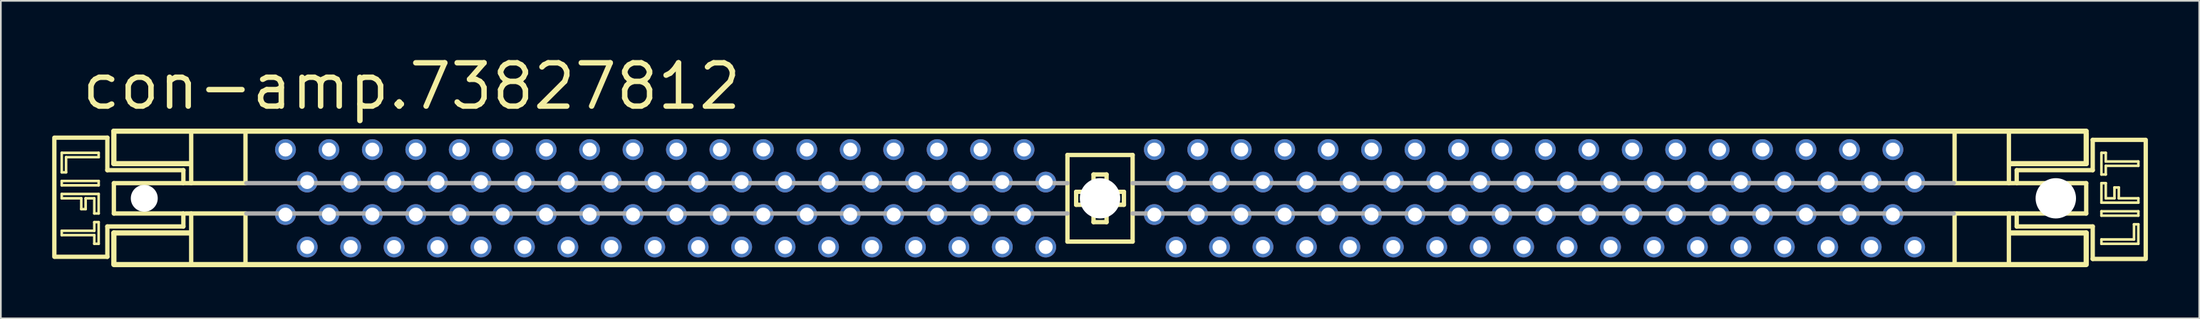
<source format=kicad_pcb>
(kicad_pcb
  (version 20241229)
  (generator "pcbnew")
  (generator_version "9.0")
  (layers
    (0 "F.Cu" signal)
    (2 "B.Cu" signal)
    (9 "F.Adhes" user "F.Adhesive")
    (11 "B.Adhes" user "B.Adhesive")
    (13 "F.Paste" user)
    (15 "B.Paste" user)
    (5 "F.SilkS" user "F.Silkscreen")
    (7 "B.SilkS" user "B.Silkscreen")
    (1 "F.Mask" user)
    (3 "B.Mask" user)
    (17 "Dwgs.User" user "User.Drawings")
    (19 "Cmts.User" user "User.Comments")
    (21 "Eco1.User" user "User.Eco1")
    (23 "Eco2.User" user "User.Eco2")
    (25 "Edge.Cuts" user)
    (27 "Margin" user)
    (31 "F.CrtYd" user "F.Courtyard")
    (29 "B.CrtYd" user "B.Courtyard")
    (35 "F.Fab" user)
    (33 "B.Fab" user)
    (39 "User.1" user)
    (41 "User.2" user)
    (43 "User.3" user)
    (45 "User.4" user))
  (footprint "con-amp.73827812"
    (layer "F.Cu")
    (at 61.265 8.58)
    (property "Reference" "con-amp.73827812" (at -59.69 -5.08 0) (layer "F.SilkS") (effects (font (size 2.54 2.54) (thickness 0.32)) (justify left bottom)))
    (attr through_hole)
    (fp_line (start -61.138 -3.556) (end -61.138 3.429) (stroke (width 0.254) (type default)) (layer "F.SilkS"))
    (fp_line (start -61.087 -3.556) (end -58.039 -3.556) (stroke (width 0.254) (type default)) (layer "F.SilkS"))
    (fp_line (start -60.706 -2.667) (end -60.706 -1.524) (stroke (width 0.152) (type default)) (layer "F.SilkS"))
    (fp_line (start -60.706 -1.524) (end -60.452 -1.524) (stroke (width 0.152) (type default)) (layer "F.SilkS"))
    (fp_line (start -60.706 -1.016) (end -60.706 -0.762) (stroke (width 0.152) (type default)) (layer "F.SilkS"))
    (fp_line (start -60.706 -0.762) (end -58.547 -0.762) (stroke (width 0.152) (type default)) (layer "F.SilkS"))
    (fp_line (start -60.706 -0.254) (end -58.547 -0.254) (stroke (width 0.152) (type default)) (layer "F.SilkS"))
    (fp_line (start -60.706 0) (end -60.706 -0.254) (stroke (width 0.152) (type default)) (layer "F.SilkS"))
    (fp_line (start -60.706 1.905) (end -58.801 1.905) (stroke (width 0.152) (type default)) (layer "F.SilkS"))
    (fp_line (start -60.706 2.159) (end -60.706 1.905) (stroke (width 0.152) (type default)) (layer "F.SilkS"))
    (fp_line (start -60.452 -2.413) (end -58.547 -2.413) (stroke (width 0.152) (type default)) (layer "F.SilkS"))
    (fp_line (start -60.452 -1.524) (end -60.452 -2.413) (stroke (width 0.152) (type default)) (layer "F.SilkS"))
    (fp_line (start -59.563 0) (end -60.706 0) (stroke (width 0.152) (type default)) (layer "F.SilkS"))
    (fp_line (start -59.563 0.635) (end -59.563 0) (stroke (width 0.152) (type default)) (layer "F.SilkS"))
    (fp_line (start -59.309 0) (end -59.309 0.635) (stroke (width 0.152) (type default)) (layer "F.SilkS"))
    (fp_line (start -59.309 0.635) (end -59.563 0.635) (stroke (width 0.152) (type default)) (layer "F.SilkS"))
    (fp_line (start -58.801 0) (end -59.309 0) (stroke (width 0.152) (type default)) (layer "F.SilkS"))
    (fp_line (start -58.801 0.889) (end -58.801 0) (stroke (width 0.152) (type default)) (layer "F.SilkS"))
    (fp_line (start -58.801 1.397) (end -58.547 1.397) (stroke (width 0.152) (type default)) (layer "F.SilkS"))
    (fp_line (start -58.801 1.905) (end -58.801 1.397) (stroke (width 0.152) (type default)) (layer "F.SilkS"))
    (fp_line (start -58.801 2.159) (end -60.706 2.159) (stroke (width 0.152) (type default)) (layer "F.SilkS"))
    (fp_line (start -58.801 2.667) (end -58.801 2.159) (stroke (width 0.152) (type default)) (layer "F.SilkS"))
    (fp_line (start -58.547 -2.667) (end -60.706 -2.667) (stroke (width 0.152) (type default)) (layer "F.SilkS"))
    (fp_line (start -58.547 -2.413) (end -58.547 -2.667) (stroke (width 0.152) (type default)) (layer "F.SilkS"))
    (fp_line (start -58.547 -1.016) (end -60.706 -1.016) (stroke (width 0.152) (type default)) (layer "F.SilkS"))
    (fp_line (start -58.547 -0.762) (end -58.547 -1.016) (stroke (width 0.152) (type default)) (layer "F.SilkS"))
    (fp_line (start -58.547 -0.254) (end -58.547 0.889) (stroke (width 0.152) (type default)) (layer "F.SilkS"))
    (fp_line (start -58.547 0.889) (end -58.801 0.889) (stroke (width 0.152) (type default)) (layer "F.SilkS"))
    (fp_line (start -58.547 1.397) (end -58.547 2.667) (stroke (width 0.152) (type default)) (layer "F.SilkS"))
    (fp_line (start -58.547 2.667) (end -58.801 2.667) (stroke (width 0.152) (type default)) (layer "F.SilkS"))
    (fp_line (start -58.039 -3.556) (end -58.039 -1.651) (stroke (width 0.254) (type default)) (layer "F.SilkS"))
    (fp_line (start -58.039 -1.651) (end -53.594 -1.651) (stroke (width 0.254) (type default)) (layer "F.SilkS"))
    (fp_line (start -58.039 1.651) (end -58.039 3.429) (stroke (width 0.254) (type default)) (layer "F.SilkS"))
    (fp_line (start -58.039 3.429) (end -61.087 3.429) (stroke (width 0.254) (type default)) (layer "F.SilkS"))
    (fp_line (start -57.658 -3.937) (end -57.658 -2.032) (stroke (width 0.305) (type default)) (layer "F.SilkS"))
    (fp_line (start -57.658 -3.937) (end 57.658 -3.937) (stroke (width 0.305) (type default)) (layer "F.SilkS"))
    (fp_line (start -57.658 -2.032) (end -53.213 -2.032) (stroke (width 0.305) (type default)) (layer "F.SilkS"))
    (fp_line (start -57.658 -0.889) (end -57.658 0.889) (stroke (width 0.254) (type default)) (layer "F.SilkS"))
    (fp_line (start -57.658 0.889) (end -53.594 0.889) (stroke (width 0.254) (type default)) (layer "F.SilkS"))
    (fp_line (start -57.658 2.032) (end -57.658 3.81) (stroke (width 0.305) (type default)) (layer "F.SilkS"))
    (fp_line (start -57.658 2.032) (end -53.213 2.032) (stroke (width 0.305) (type default)) (layer "F.SilkS"))
    (fp_line (start -53.594 -1.651) (end -53.594 -0.889) (stroke (width 0.254) (type default)) (layer "F.SilkS"))
    (fp_line (start -53.594 -0.889) (end -57.658 -0.889) (stroke (width 0.254) (type default)) (layer "F.SilkS"))
    (fp_line (start -53.594 0.889) (end -53.594 1.651) (stroke (width 0.254) (type default)) (layer "F.SilkS"))
    (fp_line (start -53.594 1.651) (end -58.039 1.651) (stroke (width 0.254) (type default)) (layer "F.SilkS"))
    (fp_line (start -53.467 -0.889) (end -50.038 -0.889) (stroke (width 0.254) (type default)) (layer "F.SilkS"))
    (fp_line (start -53.467 0.889) (end -50.038 0.889) (stroke (width 0.254) (type default)) (layer "F.SilkS"))
    (fp_line (start -53.137 -3.861) (end -53.137 -0.889) (stroke (width 0.254) (type default)) (layer "F.SilkS"))
    (fp_line (start -53.137 0.889) (end -53.137 3.81) (stroke (width 0.254) (type default)) (layer "F.SilkS"))
    (fp_line (start -49.962 -3.861) (end -49.962 -0.889) (stroke (width 0.254) (type default)) (layer "F.SilkS"))
    (fp_line (start -49.962 0.889) (end -49.962 3.81) (stroke (width 0.254) (type default)) (layer "F.SilkS"))
    (fp_line (start -1.905 -2.54) (end -1.905 2.54) (stroke (width 0.254) (type default)) (layer "F.SilkS"))
    (fp_line (start -1.905 2.54) (end 1.905 2.54) (stroke (width 0.254) (type default)) (layer "F.SilkS"))
    (fp_line (start -1.397 -0.381) (end -1.397 0.381) (stroke (width 0.254) (type default)) (layer "F.SilkS"))
    (fp_line (start -1.397 0.381) (end -0.381 0.381) (stroke (width 0.254) (type default)) (layer "F.SilkS"))
    (fp_line (start -0.381 -1.397) (end -0.381 -0.381) (stroke (width 0.254) (type default)) (layer "F.SilkS"))
    (fp_line (start -0.381 -0.381) (end -1.397 -0.381) (stroke (width 0.254) (type default)) (layer "F.SilkS"))
    (fp_line (start -0.381 0.381) (end -0.381 1.397) (stroke (width 0.254) (type default)) (layer "F.SilkS"))
    (fp_line (start -0.381 1.397) (end 0.381 1.397) (stroke (width 0.254) (type default)) (layer "F.SilkS"))
    (fp_line (start 0.381 -1.397) (end -0.381 -1.397) (stroke (width 0.254) (type default)) (layer "F.SilkS"))
    (fp_line (start 0.381 -0.381) (end 0.381 -1.397) (stroke (width 0.254) (type default)) (layer "F.SilkS"))
    (fp_line (start 0.381 0.381) (end 1.397 0.381) (stroke (width 0.254) (type default)) (layer "F.SilkS"))
    (fp_line (start 0.381 1.397) (end 0.381 0.381) (stroke (width 0.254) (type default)) (layer "F.SilkS"))
    (fp_line (start 1.397 -0.381) (end 0.381 -0.381) (stroke (width 0.254) (type default)) (layer "F.SilkS"))
    (fp_line (start 1.397 0.381) (end 1.397 -0.381) (stroke (width 0.254) (type default)) (layer "F.SilkS"))
    (fp_line (start 1.905 -2.54) (end -1.905 -2.54) (stroke (width 0.254) (type default)) (layer "F.SilkS"))
    (fp_line (start 1.905 2.54) (end 1.905 -2.54) (stroke (width 0.254) (type default)) (layer "F.SilkS"))
    (fp_line (start 49.962 -3.861) (end 49.962 -0.889) (stroke (width 0.254) (type default)) (layer "F.SilkS"))
    (fp_line (start 49.962 0.889) (end 49.962 3.81) (stroke (width 0.254) (type default)) (layer "F.SilkS"))
    (fp_line (start 53.137 -0.889) (end 53.137 -3.81) (stroke (width 0.254) (type default)) (layer "F.SilkS"))
    (fp_line (start 53.137 3.861) (end 53.137 0.889) (stroke (width 0.254) (type default)) (layer "F.SilkS"))
    (fp_line (start 53.467 -0.889) (end 50.038 -0.889) (stroke (width 0.254) (type default)) (layer "F.SilkS"))
    (fp_line (start 53.467 0.889) (end 50.038 0.889) (stroke (width 0.254) (type default)) (layer "F.SilkS"))
    (fp_line (start 53.594 -1.651) (end 58.039 -1.651) (stroke (width 0.254) (type default)) (layer "F.SilkS"))
    (fp_line (start 53.594 -0.889) (end 53.594 -1.651) (stroke (width 0.254) (type default)) (layer "F.SilkS"))
    (fp_line (start 53.594 0.889) (end 57.658 0.889) (stroke (width 0.254) (type default)) (layer "F.SilkS"))
    (fp_line (start 53.594 1.651) (end 53.594 0.889) (stroke (width 0.254) (type default)) (layer "F.SilkS"))
    (fp_line (start 57.658 -2.032) (end 53.213 -2.032) (stroke (width 0.305) (type default)) (layer "F.SilkS"))
    (fp_line (start 57.658 -2.032) (end 57.658 -3.81) (stroke (width 0.305) (type default)) (layer "F.SilkS"))
    (fp_line (start 57.658 -0.889) (end 53.594 -0.889) (stroke (width 0.254) (type default)) (layer "F.SilkS"))
    (fp_line (start 57.658 0.889) (end 57.658 -0.889) (stroke (width 0.254) (type default)) (layer "F.SilkS"))
    (fp_line (start 57.658 2.032) (end 53.213 2.032) (stroke (width 0.305) (type default)) (layer "F.SilkS"))
    (fp_line (start 57.658 3.81) (end 57.658 2.032) (stroke (width 0.305) (type default)) (layer "F.SilkS"))
    (fp_line (start 57.658 3.886) (end -57.658 3.886) (stroke (width 0.305) (type default)) (layer "F.SilkS"))
    (fp_line (start 58.039 -3.429) (end 61.087 -3.429) (stroke (width 0.254) (type default)) (layer "F.SilkS"))
    (fp_line (start 58.039 -1.651) (end 58.039 -3.429) (stroke (width 0.254) (type default)) (layer "F.SilkS"))
    (fp_line (start 58.039 1.651) (end 53.594 1.651) (stroke (width 0.254) (type default)) (layer "F.SilkS"))
    (fp_line (start 58.039 3.556) (end 58.039 1.651) (stroke (width 0.254) (type default)) (layer "F.SilkS"))
    (fp_line (start 58.547 -2.667) (end 58.801 -2.667) (stroke (width 0.152) (type default)) (layer "F.SilkS"))
    (fp_line (start 58.547 -1.397) (end 58.547 -2.667) (stroke (width 0.152) (type default)) (layer "F.SilkS"))
    (fp_line (start 58.547 -0.889) (end 58.801 -0.889) (stroke (width 0.152) (type default)) (layer "F.SilkS"))
    (fp_line (start 58.547 0.254) (end 58.547 -0.889) (stroke (width 0.152) (type default)) (layer "F.SilkS"))
    (fp_line (start 58.547 0.762) (end 58.547 1.016) (stroke (width 0.152) (type default)) (layer "F.SilkS"))
    (fp_line (start 58.547 1.016) (end 60.706 1.016) (stroke (width 0.152) (type default)) (layer "F.SilkS"))
    (fp_line (start 58.547 2.413) (end 58.547 2.667) (stroke (width 0.152) (type default)) (layer "F.SilkS"))
    (fp_line (start 58.547 2.667) (end 60.706 2.667) (stroke (width 0.152) (type default)) (layer "F.SilkS"))
    (fp_line (start 58.801 -2.667) (end 58.801 -2.159) (stroke (width 0.152) (type default)) (layer "F.SilkS"))
    (fp_line (start 58.801 -2.159) (end 60.706 -2.159) (stroke (width 0.152) (type default)) (layer "F.SilkS"))
    (fp_line (start 58.801 -1.905) (end 58.801 -1.397) (stroke (width 0.152) (type default)) (layer "F.SilkS"))
    (fp_line (start 58.801 -1.397) (end 58.547 -1.397) (stroke (width 0.152) (type default)) (layer "F.SilkS"))
    (fp_line (start 58.801 -0.889) (end 58.801 0) (stroke (width 0.152) (type default)) (layer "F.SilkS"))
    (fp_line (start 58.801 0) (end 59.309 0) (stroke (width 0.152) (type default)) (layer "F.SilkS"))
    (fp_line (start 59.309 -0.635) (end 59.563 -0.635) (stroke (width 0.152) (type default)) (layer "F.SilkS"))
    (fp_line (start 59.309 0) (end 59.309 -0.635) (stroke (width 0.152) (type default)) (layer "F.SilkS"))
    (fp_line (start 59.563 -0.635) (end 59.563 0) (stroke (width 0.152) (type default)) (layer "F.SilkS"))
    (fp_line (start 59.563 0) (end 60.706 0) (stroke (width 0.152) (type default)) (layer "F.SilkS"))
    (fp_line (start 60.452 1.524) (end 60.452 2.413) (stroke (width 0.152) (type default)) (layer "F.SilkS"))
    (fp_line (start 60.452 2.413) (end 58.547 2.413) (stroke (width 0.152) (type default)) (layer "F.SilkS"))
    (fp_line (start 60.706 -2.159) (end 60.706 -1.905) (stroke (width 0.152) (type default)) (layer "F.SilkS"))
    (fp_line (start 60.706 -1.905) (end 58.801 -1.905) (stroke (width 0.152) (type default)) (layer "F.SilkS"))
    (fp_line (start 60.706 0) (end 60.706 0.254) (stroke (width 0.152) (type default)) (layer "F.SilkS"))
    (fp_line (start 60.706 0.254) (end 58.547 0.254) (stroke (width 0.152) (type default)) (layer "F.SilkS"))
    (fp_line (start 60.706 0.762) (end 58.547 0.762) (stroke (width 0.152) (type default)) (layer "F.SilkS"))
    (fp_line (start 60.706 1.016) (end 60.706 0.762) (stroke (width 0.152) (type default)) (layer "F.SilkS"))
    (fp_line (start 60.706 1.524) (end 60.452 1.524) (stroke (width 0.152) (type default)) (layer "F.SilkS"))
    (fp_line (start 60.706 2.667) (end 60.706 1.524) (stroke (width 0.152) (type default)) (layer "F.SilkS"))
    (fp_line (start 61.087 3.556) (end 58.039 3.556) (stroke (width 0.254) (type default)) (layer "F.SilkS"))
    (fp_line (start 61.138 3.556) (end 61.138 -3.429) (stroke (width 0.254) (type default)) (layer "F.SilkS"))
    (fp_line (start -49.911 -0.889) (end -1.905 -0.889) (stroke (width 0.254) (type default)) (layer "F.Fab"))
    (fp_line (start -49.911 0.889) (end -1.905 0.889) (stroke (width 0.254) (type default)) (layer "F.Fab"))
    (fp_line (start 1.905 -0.889) (end 49.911 -0.889) (stroke (width 0.254) (type default)) (layer "F.Fab"))
    (fp_line (start 1.905 0.889) (end 49.911 0.889) (stroke (width 0.254) (type default)) (layer "F.Fab"))
    (pad "" np_thru_hole circle (at -55.88 0) (size 1.575 1.575) (drill 1.575) (layers "*.Cu" "*.Mask"))
    (pad "" np_thru_hole circle (at 0 0) (size 2.362 2.362) (drill 2.362) (layers "*.Cu" "*.Mask"))
    (pad "" np_thru_hole circle (at 55.88 0) (size 2.362 2.362) (drill 2.362) (layers "*.Cu" "*.Mask"))
    (pad "1" thru_hole circle (at -47.625 0.953) (size 1.219 1.219) (drill 0.813) (layers "*.Cu" "*.Mask"))
    (pad "2" thru_hole circle (at -46.355 2.857) (size 1.219 1.219) (drill 0.813) (layers "*.Cu" "*.Mask"))
    (pad "3" thru_hole circle (at -45.085 0.953) (size 1.219 1.219) (drill 0.813) (layers "*.Cu" "*.Mask"))
    (pad "4" thru_hole circle (at -43.815 2.857) (size 1.219 1.219) (drill 0.813) (layers "*.Cu" "*.Mask"))
    (pad "5" thru_hole circle (at -42.545 0.953) (size 1.219 1.219) (drill 0.813) (layers "*.Cu" "*.Mask"))
    (pad "6" thru_hole circle (at -41.275 2.857) (size 1.219 1.219) (drill 0.813) (layers "*.Cu" "*.Mask"))
    (pad "7" thru_hole circle (at -40.005 0.953) (size 1.219 1.219) (drill 0.813) (layers "*.Cu" "*.Mask"))
    (pad "8" thru_hole circle (at -38.735 2.857) (size 1.219 1.219) (drill 0.813) (layers "*.Cu" "*.Mask"))
    (pad "9" thru_hole circle (at -37.465 0.953) (size 1.219 1.219) (drill 0.813) (layers "*.Cu" "*.Mask"))
    (pad "10" thru_hole circle (at -36.195 2.857) (size 1.219 1.219) (drill 0.813) (layers "*.Cu" "*.Mask"))
    (pad "11" thru_hole circle (at -34.925 0.953) (size 1.219 1.219) (drill 0.813) (layers "*.Cu" "*.Mask"))
    (pad "12" thru_hole circle (at -33.655 2.857) (size 1.219 1.219) (drill 0.813) (layers "*.Cu" "*.Mask"))
    (pad "13" thru_hole circle (at -32.385 0.953) (size 1.219 1.219) (drill 0.813) (layers "*.Cu" "*.Mask"))
    (pad "14" thru_hole circle (at -31.115 2.857) (size 1.219 1.219) (drill 0.813) (layers "*.Cu" "*.Mask"))
    (pad "15" thru_hole circle (at -29.845 0.953) (size 1.219 1.219) (drill 0.813) (layers "*.Cu" "*.Mask"))
    (pad "16" thru_hole circle (at -28.575 2.857) (size 1.219 1.219) (drill 0.813) (layers "*.Cu" "*.Mask"))
    (pad "17" thru_hole circle (at -27.305 0.953) (size 1.219 1.219) (drill 0.813) (layers "*.Cu" "*.Mask"))
    (pad "18" thru_hole circle (at -26.035 2.857) (size 1.219 1.219) (drill 0.813) (layers "*.Cu" "*.Mask"))
    (pad "19" thru_hole circle (at -24.765 0.953) (size 1.219 1.219) (drill 0.813) (layers "*.Cu" "*.Mask"))
    (pad "20" thru_hole circle (at -23.495 2.857) (size 1.219 1.219) (drill 0.813) (layers "*.Cu" "*.Mask"))
    (pad "21" thru_hole circle (at -22.225 0.953) (size 1.219 1.219) (drill 0.813) (layers "*.Cu" "*.Mask"))
    (pad "22" thru_hole circle (at -20.955 2.857) (size 1.219 1.219) (drill 0.813) (layers "*.Cu" "*.Mask"))
    (pad "23" thru_hole circle (at -19.685 0.953) (size 1.219 1.219) (drill 0.813) (layers "*.Cu" "*.Mask"))
    (pad "24" thru_hole circle (at -18.415 2.857) (size 1.219 1.219) (drill 0.813) (layers "*.Cu" "*.Mask"))
    (pad "25" thru_hole circle (at -17.145 0.953) (size 1.219 1.219) (drill 0.813) (layers "*.Cu" "*.Mask"))
    (pad "26" thru_hole circle (at -15.875 2.857) (size 1.219 1.219) (drill 0.813) (layers "*.Cu" "*.Mask"))
    (pad "27" thru_hole circle (at -14.605 0.953) (size 1.219 1.219) (drill 0.813) (layers "*.Cu" "*.Mask"))
    (pad "28" thru_hole circle (at -13.335 2.857) (size 1.219 1.219) (drill 0.813) (layers "*.Cu" "*.Mask"))
    (pad "29" thru_hole circle (at -12.065 0.953) (size 1.219 1.219) (drill 0.813) (layers "*.Cu" "*.Mask"))
    (pad "30" thru_hole circle (at -10.795 2.857) (size 1.219 1.219) (drill 0.813) (layers "*.Cu" "*.Mask"))
    (pad "31" thru_hole circle (at -9.525 0.953) (size 1.219 1.219) (drill 0.813) (layers "*.Cu" "*.Mask"))
    (pad "32" thru_hole circle (at -8.255 2.857) (size 1.219 1.219) (drill 0.813) (layers "*.Cu" "*.Mask"))
    (pad "33" thru_hole circle (at -6.985 0.953) (size 1.219 1.219) (drill 0.813) (layers "*.Cu" "*.Mask"))
    (pad "34" thru_hole circle (at -5.715 2.857) (size 1.219 1.219) (drill 0.813) (layers "*.Cu" "*.Mask"))
    (pad "35" thru_hole circle (at -4.445 0.953) (size 1.219 1.219) (drill 0.813) (layers "*.Cu" "*.Mask"))
    (pad "36" thru_hole circle (at -3.175 2.857) (size 1.219 1.219) (drill 0.813) (layers "*.Cu" "*.Mask"))
    (pad "37" thru_hole circle (at 3.175 0.953) (size 1.219 1.219) (drill 0.813) (layers "*.Cu" "*.Mask"))
    (pad "38" thru_hole circle (at 4.445 2.857) (size 1.219 1.219) (drill 0.813) (layers "*.Cu" "*.Mask"))
    (pad "39" thru_hole circle (at 5.715 0.953) (size 1.219 1.219) (drill 0.813) (layers "*.Cu" "*.Mask"))
    (pad "40" thru_hole circle (at 6.985 2.857) (size 1.219 1.219) (drill 0.813) (layers "*.Cu" "*.Mask"))
    (pad "41" thru_hole circle (at 8.255 0.953) (size 1.219 1.219) (drill 0.813) (layers "*.Cu" "*.Mask"))
    (pad "42" thru_hole circle (at 9.525 2.857) (size 1.219 1.219) (drill 0.813) (layers "*.Cu" "*.Mask"))
    (pad "43" thru_hole circle (at 10.795 0.953) (size 1.219 1.219) (drill 0.813) (layers "*.Cu" "*.Mask"))
    (pad "44" thru_hole circle (at 12.065 2.857) (size 1.219 1.219) (drill 0.813) (layers "*.Cu" "*.Mask"))
    (pad "45" thru_hole circle (at 13.335 0.953) (size 1.219 1.219) (drill 0.813) (layers "*.Cu" "*.Mask"))
    (pad "46" thru_hole circle (at 14.605 2.857) (size 1.219 1.219) (drill 0.813) (layers "*.Cu" "*.Mask"))
    (pad "47" thru_hole circle (at 15.875 0.953) (size 1.219 1.219) (drill 0.813) (layers "*.Cu" "*.Mask"))
    (pad "48" thru_hole circle (at 17.145 2.857) (size 1.219 1.219) (drill 0.813) (layers "*.Cu" "*.Mask"))
    (pad "49" thru_hole circle (at 18.415 0.953) (size 1.219 1.219) (drill 0.813) (layers "*.Cu" "*.Mask"))
    (pad "50" thru_hole circle (at 19.685 2.857) (size 1.219 1.219) (drill 0.813) (layers "*.Cu" "*.Mask"))
    (pad "51" thru_hole circle (at 20.955 0.953) (size 1.219 1.219) (drill 0.813) (layers "*.Cu" "*.Mask"))
    (pad "52" thru_hole circle (at 22.225 2.857) (size 1.219 1.219) (drill 0.813) (layers "*.Cu" "*.Mask"))
    (pad "53" thru_hole circle (at 23.495 0.953) (size 1.219 1.219) (drill 0.813) (layers "*.Cu" "*.Mask"))
    (pad "54" thru_hole circle (at 24.765 2.857) (size 1.219 1.219) (drill 0.813) (layers "*.Cu" "*.Mask"))
    (pad "55" thru_hole circle (at 26.035 0.953) (size 1.219 1.219) (drill 0.813) (layers "*.Cu" "*.Mask"))
    (pad "56" thru_hole circle (at 27.305 2.857) (size 1.219 1.219) (drill 0.813) (layers "*.Cu" "*.Mask"))
    (pad "57" thru_hole circle (at 28.575 0.953) (size 1.219 1.219) (drill 0.813) (layers "*.Cu" "*.Mask"))
    (pad "58" thru_hole circle (at 29.845 2.857) (size 1.219 1.219) (drill 0.813) (layers "*.Cu" "*.Mask"))
    (pad "59" thru_hole circle (at 31.115 0.953) (size 1.219 1.219) (drill 0.813) (layers "*.Cu" "*.Mask"))
    (pad "60" thru_hole circle (at 32.385 2.857) (size 1.219 1.219) (drill 0.813) (layers "*.Cu" "*.Mask"))
    (pad "61" thru_hole circle (at 33.655 0.953) (size 1.219 1.219) (drill 0.813) (layers "*.Cu" "*.Mask"))
    (pad "62" thru_hole circle (at 34.925 2.857) (size 1.219 1.219) (drill 0.813) (layers "*.Cu" "*.Mask"))
    (pad "63" thru_hole circle (at 36.195 0.953) (size 1.219 1.219) (drill 0.813) (layers "*.Cu" "*.Mask"))
    (pad "64" thru_hole circle (at 37.465 2.857) (size 1.219 1.219) (drill 0.813) (layers "*.Cu" "*.Mask"))
    (pad "65" thru_hole circle (at 38.735 0.953) (size 1.219 1.219) (drill 0.813) (layers "*.Cu" "*.Mask"))
    (pad "66" thru_hole circle (at 40.005 2.857) (size 1.219 1.219) (drill 0.813) (layers "*.Cu" "*.Mask"))
    (pad "67" thru_hole circle (at 41.275 0.953) (size 1.219 1.219) (drill 0.813) (layers "*.Cu" "*.Mask"))
    (pad "68" thru_hole circle (at 42.545 2.857) (size 1.219 1.219) (drill 0.813) (layers "*.Cu" "*.Mask"))
    (pad "69" thru_hole circle (at 43.815 0.953) (size 1.219 1.219) (drill 0.813) (layers "*.Cu" "*.Mask"))
    (pad "70" thru_hole circle (at 45.085 2.857) (size 1.219 1.219) (drill 0.813) (layers "*.Cu" "*.Mask"))
    (pad "71" thru_hole circle (at 46.355 0.953) (size 1.219 1.219) (drill 0.813) (layers "*.Cu" "*.Mask"))
    (pad "72" thru_hole circle (at 47.625 2.857) (size 1.219 1.219) (drill 0.813) (layers "*.Cu" "*.Mask"))
    (pad "73" thru_hole circle (at -47.625 -2.857) (size 1.219 1.219) (drill 0.813) (layers "*.Cu" "*.Mask"))
    (pad "74" thru_hole circle (at -46.355 -0.953) (size 1.219 1.219) (drill 0.813) (layers "*.Cu" "*.Mask"))
    (pad "75" thru_hole circle (at -45.085 -2.857) (size 1.219 1.219) (drill 0.813) (layers "*.Cu" "*.Mask"))
    (pad "76" thru_hole circle (at -43.815 -0.953) (size 1.219 1.219) (drill 0.813) (layers "*.Cu" "*.Mask"))
    (pad "77" thru_hole circle (at -42.545 -2.857) (size 1.219 1.219) (drill 0.813) (layers "*.Cu" "*.Mask"))
    (pad "78" thru_hole circle (at -41.275 -0.953) (size 1.219 1.219) (drill 0.813) (layers "*.Cu" "*.Mask"))
    (pad "79" thru_hole circle (at -40.005 -2.857) (size 1.219 1.219) (drill 0.813) (layers "*.Cu" "*.Mask"))
    (pad "80" thru_hole circle (at -38.735 -0.953) (size 1.219 1.219) (drill 0.813) (layers "*.Cu" "*.Mask"))
    (pad "81" thru_hole circle (at -37.465 -2.857) (size 1.219 1.219) (drill 0.813) (layers "*.Cu" "*.Mask"))
    (pad "82" thru_hole circle (at -36.195 -0.953) (size 1.219 1.219) (drill 0.813) (layers "*.Cu" "*.Mask"))
    (pad "83" thru_hole circle (at -34.925 -2.857) (size 1.219 1.219) (drill 0.813) (layers "*.Cu" "*.Mask"))
    (pad "84" thru_hole circle (at -33.655 -0.953) (size 1.219 1.219) (drill 0.813) (layers "*.Cu" "*.Mask"))
    (pad "85" thru_hole circle (at -32.385 -2.857) (size 1.219 1.219) (drill 0.813) (layers "*.Cu" "*.Mask"))
    (pad "86" thru_hole circle (at -31.115 -0.953) (size 1.219 1.219) (drill 0.813) (layers "*.Cu" "*.Mask"))
    (pad "87" thru_hole circle (at -29.845 -2.857) (size 1.219 1.219) (drill 0.813) (layers "*.Cu" "*.Mask"))
    (pad "88" thru_hole circle (at -28.575 -0.953) (size 1.219 1.219) (drill 0.813) (layers "*.Cu" "*.Mask"))
    (pad "89" thru_hole circle (at -27.305 -2.857) (size 1.219 1.219) (drill 0.813) (layers "*.Cu" "*.Mask"))
    (pad "90" thru_hole circle (at -26.035 -0.953) (size 1.219 1.219) (drill 0.813) (layers "*.Cu" "*.Mask"))
    (pad "91" thru_hole circle (at -24.765 -2.857) (size 1.219 1.219) (drill 0.813) (layers "*.Cu" "*.Mask"))
    (pad "92" thru_hole circle (at -23.495 -0.953) (size 1.219 1.219) (drill 0.813) (layers "*.Cu" "*.Mask"))
    (pad "93" thru_hole circle (at -22.225 -2.857) (size 1.219 1.219) (drill 0.813) (layers "*.Cu" "*.Mask"))
    (pad "94" thru_hole circle (at -20.955 -0.953) (size 1.219 1.219) (drill 0.813) (layers "*.Cu" "*.Mask"))
    (pad "95" thru_hole circle (at -19.685 -2.857) (size 1.219 1.219) (drill 0.813) (layers "*.Cu" "*.Mask"))
    (pad "96" thru_hole circle (at -18.415 -0.953) (size 1.219 1.219) (drill 0.813) (layers "*.Cu" "*.Mask"))
    (pad "97" thru_hole circle (at -17.145 -2.857) (size 1.219 1.219) (drill 0.813) (layers "*.Cu" "*.Mask"))
    (pad "98" thru_hole circle (at -15.875 -0.953) (size 1.219 1.219) (drill 0.813) (layers "*.Cu" "*.Mask"))
    (pad "99" thru_hole circle (at -14.605 -2.857) (size 1.219 1.219) (drill 0.813) (layers "*.Cu" "*.Mask"))
    (pad "100" thru_hole circle (at -13.335 -0.953) (size 1.219 1.219) (drill 0.813) (layers "*.Cu" "*.Mask"))
    (pad "101" thru_hole circle (at -12.065 -2.857) (size 1.219 1.219) (drill 0.813) (layers "*.Cu" "*.Mask"))
    (pad "102" thru_hole circle (at -10.795 -0.953) (size 1.219 1.219) (drill 0.813) (layers "*.Cu" "*.Mask"))
    (pad "103" thru_hole circle (at -9.525 -2.857) (size 1.219 1.219) (drill 0.813) (layers "*.Cu" "*.Mask"))
    (pad "104" thru_hole circle (at -8.255 -0.953) (size 1.219 1.219) (drill 0.813) (layers "*.Cu" "*.Mask"))
    (pad "105" thru_hole circle (at -6.985 -2.857) (size 1.219 1.219) (drill 0.813) (layers "*.Cu" "*.Mask"))
    (pad "106" thru_hole circle (at -5.715 -0.953) (size 1.219 1.219) (drill 0.813) (layers "*.Cu" "*.Mask"))
    (pad "107" thru_hole circle (at -4.445 -2.857) (size 1.219 1.219) (drill 0.813) (layers "*.Cu" "*.Mask"))
    (pad "108" thru_hole circle (at -3.175 -0.953) (size 1.219 1.219) (drill 0.813) (layers "*.Cu" "*.Mask"))
    (pad "109" thru_hole circle (at 3.175 -2.857) (size 1.219 1.219) (drill 0.813) (layers "*.Cu" "*.Mask"))
    (pad "110" thru_hole circle (at 4.445 -0.953) (size 1.219 1.219) (drill 0.813) (layers "*.Cu" "*.Mask"))
    (pad "111" thru_hole circle (at 5.715 -2.857) (size 1.219 1.219) (drill 0.813) (layers "*.Cu" "*.Mask"))
    (pad "112" thru_hole circle (at 6.985 -0.953) (size 1.219 1.219) (drill 0.813) (layers "*.Cu" "*.Mask"))
    (pad "113" thru_hole circle (at 8.255 -2.857) (size 1.219 1.219) (drill 0.813) (layers "*.Cu" "*.Mask"))
    (pad "114" thru_hole circle (at 9.525 -0.953) (size 1.219 1.219) (drill 0.813) (layers "*.Cu" "*.Mask"))
    (pad "115" thru_hole circle (at 10.795 -2.857) (size 1.219 1.219) (drill 0.813) (layers "*.Cu" "*.Mask"))
    (pad "116" thru_hole circle (at 12.065 -0.953) (size 1.219 1.219) (drill 0.813) (layers "*.Cu" "*.Mask"))
    (pad "117" thru_hole circle (at 13.335 -2.857) (size 1.219 1.219) (drill 0.813) (layers "*.Cu" "*.Mask"))
    (pad "118" thru_hole circle (at 14.605 -0.953) (size 1.219 1.219) (drill 0.813) (layers "*.Cu" "*.Mask"))
    (pad "119" thru_hole circle (at 15.875 -2.857) (size 1.219 1.219) (drill 0.813) (layers "*.Cu" "*.Mask"))
    (pad "120" thru_hole circle (at 17.145 -0.953) (size 1.219 1.219) (drill 0.813) (layers "*.Cu" "*.Mask"))
    (pad "121" thru_hole circle (at 18.415 -2.857) (size 1.219 1.219) (drill 0.813) (layers "*.Cu" "*.Mask"))
    (pad "122" thru_hole circle (at 19.685 -0.953) (size 1.219 1.219) (drill 0.813) (layers "*.Cu" "*.Mask"))
    (pad "123" thru_hole circle (at 20.955 -2.857) (size 1.219 1.219) (drill 0.813) (layers "*.Cu" "*.Mask"))
    (pad "124" thru_hole circle (at 22.225 -0.953) (size 1.219 1.219) (drill 0.813) (layers "*.Cu" "*.Mask"))
    (pad "125" thru_hole circle (at 23.495 -2.857) (size 1.219 1.219) (drill 0.813) (layers "*.Cu" "*.Mask"))
    (pad "126" thru_hole circle (at 24.765 -0.953) (size 1.219 1.219) (drill 0.813) (layers "*.Cu" "*.Mask"))
    (pad "127" thru_hole circle (at 26.035 -2.857) (size 1.219 1.219) (drill 0.813) (layers "*.Cu" "*.Mask"))
    (pad "128" thru_hole circle (at 27.305 -0.953) (size 1.219 1.219) (drill 0.813) (layers "*.Cu" "*.Mask"))
    (pad "129" thru_hole circle (at 28.575 -2.857) (size 1.219 1.219) (drill 0.813) (layers "*.Cu" "*.Mask"))
    (pad "130" thru_hole circle (at 29.845 -0.953) (size 1.219 1.219) (drill 0.813) (layers "*.Cu" "*.Mask"))
    (pad "131" thru_hole circle (at 31.115 -2.857) (size 1.219 1.219) (drill 0.813) (layers "*.Cu" "*.Mask"))
    (pad "132" thru_hole circle (at 32.385 -0.953) (size 1.219 1.219) (drill 0.813) (layers "*.Cu" "*.Mask"))
    (pad "133" thru_hole circle (at 33.655 -2.857) (size 1.219 1.219) (drill 0.813) (layers "*.Cu" "*.Mask"))
    (pad "134" thru_hole circle (at 34.925 -0.953) (size 1.219 1.219) (drill 0.813) (layers "*.Cu" "*.Mask"))
    (pad "135" thru_hole circle (at 36.195 -2.857) (size 1.219 1.219) (drill 0.813) (layers "*.Cu" "*.Mask"))
    (pad "136" thru_hole circle (at 37.465 -0.953) (size 1.219 1.219) (drill 0.813) (layers "*.Cu" "*.Mask"))
    (pad "137" thru_hole circle (at 38.735 -2.857) (size 1.219 1.219) (drill 0.813) (layers "*.Cu" "*.Mask"))
    (pad "138" thru_hole circle (at 40.005 -0.953) (size 1.219 1.219) (drill 0.813) (layers "*.Cu" "*.Mask"))
    (pad "139" thru_hole circle (at 41.275 -2.857) (size 1.219 1.219) (drill 0.813) (layers "*.Cu" "*.Mask"))
    (pad "140" thru_hole circle (at 42.545 -0.953) (size 1.219 1.219) (drill 0.813) (layers "*.Cu" "*.Mask"))
    (pad "141" thru_hole circle (at 43.815 -2.857) (size 1.219 1.219) (drill 0.813) (layers "*.Cu" "*.Mask"))
    (pad "142" thru_hole circle (at 45.085 -0.953) (size 1.219 1.219) (drill 0.813) (layers "*.Cu" "*.Mask"))
    (pad "143" thru_hole circle (at 46.355 -2.857) (size 1.219 1.219) (drill 0.813) (layers "*.Cu" "*.Mask"))
    (pad "144" thru_hole circle (at 47.625 -0.953) (size 1.219 1.219) (drill 0.813) (layers "*.Cu" "*.Mask")))
  (gr_rect
    (start -3 -3)
    (end 125.53 15.619)
    (stroke (width 0.1) (type default))
    (fill no)
    (layer "Edge.Cuts")))
</source>
